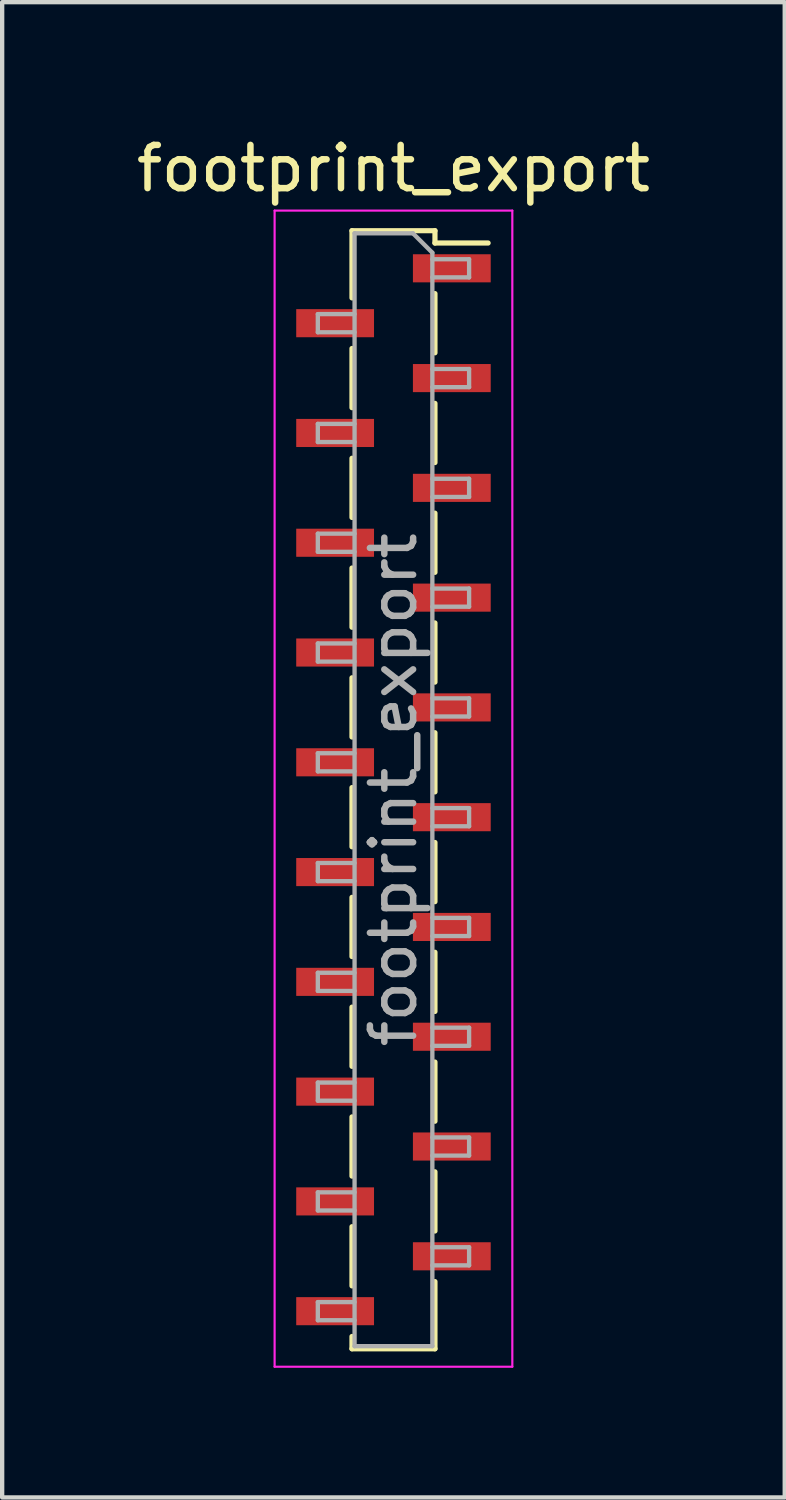
<source format=kicad_pcb>
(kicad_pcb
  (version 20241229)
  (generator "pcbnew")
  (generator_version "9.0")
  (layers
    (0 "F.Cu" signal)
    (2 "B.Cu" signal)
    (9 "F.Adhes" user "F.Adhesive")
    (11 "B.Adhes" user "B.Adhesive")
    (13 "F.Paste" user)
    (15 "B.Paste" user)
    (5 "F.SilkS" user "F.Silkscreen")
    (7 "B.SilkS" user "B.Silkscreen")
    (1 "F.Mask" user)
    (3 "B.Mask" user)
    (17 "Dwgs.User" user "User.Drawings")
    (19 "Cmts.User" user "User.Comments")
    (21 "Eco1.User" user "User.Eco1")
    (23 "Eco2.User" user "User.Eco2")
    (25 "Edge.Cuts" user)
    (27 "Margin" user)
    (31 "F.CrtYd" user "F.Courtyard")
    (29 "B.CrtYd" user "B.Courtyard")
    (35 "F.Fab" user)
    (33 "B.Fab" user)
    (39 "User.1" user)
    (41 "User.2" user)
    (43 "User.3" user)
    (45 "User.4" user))
  (footprint "footprint_export"
    (layer "F.Cu")
    (at 6.054 15.223)
    (property "Reference" "footprint_export" (at 0 -14.375 0) (layer "F.SilkS") (effects (font (size 1 1) (thickness 0.15))))
    (attr smd)
    (fp_line (start -0.96 -12.935) (end -0.96 -11.38) (stroke (width 0.12) (type solid)) (layer "F.SilkS"))
    (fp_line (start -0.96 -12.935) (end 0.96 -12.935) (stroke (width 0.12) (type solid)) (layer "F.SilkS"))
    (fp_line (start -0.96 -10.21) (end -0.96 -8.84) (stroke (width 0.12) (type solid)) (layer "F.SilkS"))
    (fp_line (start -0.96 -7.67) (end -0.96 -6.3) (stroke (width 0.12) (type solid)) (layer "F.SilkS"))
    (fp_line (start -0.96 -5.13) (end -0.96 -3.76) (stroke (width 0.12) (type solid)) (layer "F.SilkS"))
    (fp_line (start -0.96 -2.59) (end -0.96 -1.22) (stroke (width 0.12) (type solid)) (layer "F.SilkS"))
    (fp_line (start -0.96 -0.05) (end -0.96 1.32) (stroke (width 0.12) (type solid)) (layer "F.SilkS"))
    (fp_line (start -0.96 2.49) (end -0.96 3.86) (stroke (width 0.12) (type solid)) (layer "F.SilkS"))
    (fp_line (start -0.96 5.03) (end -0.96 6.4) (stroke (width 0.12) (type solid)) (layer "F.SilkS"))
    (fp_line (start -0.96 7.57) (end -0.96 8.94) (stroke (width 0.12) (type solid)) (layer "F.SilkS"))
    (fp_line (start -0.96 10.11) (end -0.96 11.48) (stroke (width 0.12) (type solid)) (layer "F.SilkS"))
    (fp_line (start -0.96 12.65) (end -0.96 12.935) (stroke (width 0.12) (type solid)) (layer "F.SilkS"))
    (fp_line (start -0.96 12.935) (end 0.96 12.935) (stroke (width 0.12) (type solid)) (layer "F.SilkS"))
    (fp_line (start 0.96 -12.935) (end 0.96 -12.65) (stroke (width 0.12) (type solid)) (layer "F.SilkS"))
    (fp_line (start 0.96 -12.65) (end 2.19 -12.65) (stroke (width 0.12) (type solid)) (layer "F.SilkS"))
    (fp_line (start 0.96 -11.48) (end 0.96 -10.11) (stroke (width 0.12) (type solid)) (layer "F.SilkS"))
    (fp_line (start 0.96 -8.94) (end 0.96 -7.57) (stroke (width 0.12) (type solid)) (layer "F.SilkS"))
    (fp_line (start 0.96 -6.4) (end 0.96 -5.03) (stroke (width 0.12) (type solid)) (layer "F.SilkS"))
    (fp_line (start 0.96 -3.86) (end 0.96 -2.49) (stroke (width 0.12) (type solid)) (layer "F.SilkS"))
    (fp_line (start 0.96 -1.32) (end 0.96 0.05) (stroke (width 0.12) (type solid)) (layer "F.SilkS"))
    (fp_line (start 0.96 1.22) (end 0.96 2.59) (stroke (width 0.12) (type solid)) (layer "F.SilkS"))
    (fp_line (start 0.96 3.76) (end 0.96 5.13) (stroke (width 0.12) (type solid)) (layer "F.SilkS"))
    (fp_line (start 0.96 6.3) (end 0.96 7.67) (stroke (width 0.12) (type solid)) (layer "F.SilkS"))
    (fp_line (start 0.96 8.84) (end 0.96 10.21) (stroke (width 0.12) (type solid)) (layer "F.SilkS"))
    (fp_line (start 0.96 11.38) (end 0.96 12.935) (stroke (width 0.12) (type solid)) (layer "F.SilkS"))
    (fp_line (start -2.75 -13.4) (end 2.75 -13.4) (stroke (width 0.05) (type solid)) (layer "F.CrtYd"))
    (fp_line (start -2.75 13.35) (end -2.75 -13.4) (stroke (width 0.05) (type solid)) (layer "F.CrtYd"))
    (fp_line (start 2.75 -13.4) (end 2.75 13.35) (stroke (width 0.05) (type solid)) (layer "F.CrtYd"))
    (fp_line (start 2.75 13.35) (end -2.75 13.35) (stroke (width 0.05) (type solid)) (layer "F.CrtYd"))
    (fp_line (start -1.75 -11.005) (end -0.9 -11.005) (stroke (width 0.1) (type solid)) (layer "F.Fab"))
    (fp_line (start -1.75 -10.585) (end -1.75 -11.005) (stroke (width 0.1) (type solid)) (layer "F.Fab"))
    (fp_line (start -1.75 -8.465) (end -0.9 -8.465) (stroke (width 0.1) (type solid)) (layer "F.Fab"))
    (fp_line (start -1.75 -8.045) (end -1.75 -8.465) (stroke (width 0.1) (type solid)) (layer "F.Fab"))
    (fp_line (start -1.75 -5.925) (end -0.9 -5.925) (stroke (width 0.1) (type solid)) (layer "F.Fab"))
    (fp_line (start -1.75 -5.505) (end -1.75 -5.925) (stroke (width 0.1) (type solid)) (layer "F.Fab"))
    (fp_line (start -1.75 -3.385) (end -0.9 -3.385) (stroke (width 0.1) (type solid)) (layer "F.Fab"))
    (fp_line (start -1.75 -2.965) (end -1.75 -3.385) (stroke (width 0.1) (type solid)) (layer "F.Fab"))
    (fp_line (start -1.75 -0.845) (end -0.9 -0.845) (stroke (width 0.1) (type solid)) (layer "F.Fab"))
    (fp_line (start -1.75 -0.425) (end -1.75 -0.845) (stroke (width 0.1) (type solid)) (layer "F.Fab"))
    (fp_line (start -1.75 1.695) (end -0.9 1.695) (stroke (width 0.1) (type solid)) (layer "F.Fab"))
    (fp_line (start -1.75 2.115) (end -1.75 1.695) (stroke (width 0.1) (type solid)) (layer "F.Fab"))
    (fp_line (start -1.75 4.235) (end -0.9 4.235) (stroke (width 0.1) (type solid)) (layer "F.Fab"))
    (fp_line (start -1.75 4.655) (end -1.75 4.235) (stroke (width 0.1) (type solid)) (layer "F.Fab"))
    (fp_line (start -1.75 6.775) (end -0.9 6.775) (stroke (width 0.1) (type solid)) (layer "F.Fab"))
    (fp_line (start -1.75 7.195) (end -1.75 6.775) (stroke (width 0.1) (type solid)) (layer "F.Fab"))
    (fp_line (start -1.75 9.315) (end -0.9 9.315) (stroke (width 0.1) (type solid)) (layer "F.Fab"))
    (fp_line (start -1.75 9.735) (end -1.75 9.315) (stroke (width 0.1) (type solid)) (layer "F.Fab"))
    (fp_line (start -1.75 11.855) (end -0.9 11.855) (stroke (width 0.1) (type solid)) (layer "F.Fab"))
    (fp_line (start -1.75 12.275) (end -1.75 11.855) (stroke (width 0.1) (type solid)) (layer "F.Fab"))
    (fp_line (start -0.9 -12.875) (end 0.45 -12.875) (stroke (width 0.1) (type solid)) (layer "F.Fab"))
    (fp_line (start -0.9 -10.585) (end -1.75 -10.585) (stroke (width 0.1) (type solid)) (layer "F.Fab"))
    (fp_line (start -0.9 -8.045) (end -1.75 -8.045) (stroke (width 0.1) (type solid)) (layer "F.Fab"))
    (fp_line (start -0.9 -5.505) (end -1.75 -5.505) (stroke (width 0.1) (type solid)) (layer "F.Fab"))
    (fp_line (start -0.9 -2.965) (end -1.75 -2.965) (stroke (width 0.1) (type solid)) (layer "F.Fab"))
    (fp_line (start -0.9 -0.425) (end -1.75 -0.425) (stroke (width 0.1) (type solid)) (layer "F.Fab"))
    (fp_line (start -0.9 2.115) (end -1.75 2.115) (stroke (width 0.1) (type solid)) (layer "F.Fab"))
    (fp_line (start -0.9 4.655) (end -1.75 4.655) (stroke (width 0.1) (type solid)) (layer "F.Fab"))
    (fp_line (start -0.9 7.195) (end -1.75 7.195) (stroke (width 0.1) (type solid)) (layer "F.Fab"))
    (fp_line (start -0.9 9.735) (end -1.75 9.735) (stroke (width 0.1) (type solid)) (layer "F.Fab"))
    (fp_line (start -0.9 12.275) (end -1.75 12.275) (stroke (width 0.1) (type solid)) (layer "F.Fab"))
    (fp_line (start -0.9 12.875) (end -0.9 -12.875) (stroke (width 0.1) (type solid)) (layer "F.Fab"))
    (fp_line (start 0.45 -12.875) (end 0.9 -12.425) (stroke (width 0.1) (type solid)) (layer "F.Fab"))
    (fp_line (start 0.9 -12.425) (end 0.9 12.875) (stroke (width 0.1) (type solid)) (layer "F.Fab"))
    (fp_line (start 0.9 -12.275) (end 1.75 -12.275) (stroke (width 0.1) (type solid)) (layer "F.Fab"))
    (fp_line (start 0.9 -9.735) (end 1.75 -9.735) (stroke (width 0.1) (type solid)) (layer "F.Fab"))
    (fp_line (start 0.9 -7.195) (end 1.75 -7.195) (stroke (width 0.1) (type solid)) (layer "F.Fab"))
    (fp_line (start 0.9 -4.655) (end 1.75 -4.655) (stroke (width 0.1) (type solid)) (layer "F.Fab"))
    (fp_line (start 0.9 -2.115) (end 1.75 -2.115) (stroke (width 0.1) (type solid)) (layer "F.Fab"))
    (fp_line (start 0.9 0.425) (end 1.75 0.425) (stroke (width 0.1) (type solid)) (layer "F.Fab"))
    (fp_line (start 0.9 2.965) (end 1.75 2.965) (stroke (width 0.1) (type solid)) (layer "F.Fab"))
    (fp_line (start 0.9 5.505) (end 1.75 5.505) (stroke (width 0.1) (type solid)) (layer "F.Fab"))
    (fp_line (start 0.9 8.045) (end 1.75 8.045) (stroke (width 0.1) (type solid)) (layer "F.Fab"))
    (fp_line (start 0.9 10.585) (end 1.75 10.585) (stroke (width 0.1) (type solid)) (layer "F.Fab"))
    (fp_line (start 0.9 12.875) (end -0.9 12.875) (stroke (width 0.1) (type solid)) (layer "F.Fab"))
    (fp_line (start 1.75 -12.275) (end 1.75 -11.855) (stroke (width 0.1) (type solid)) (layer "F.Fab"))
    (fp_line (start 1.75 -11.855) (end 0.9 -11.855) (stroke (width 0.1) (type solid)) (layer "F.Fab"))
    (fp_line (start 1.75 -9.735) (end 1.75 -9.315) (stroke (width 0.1) (type solid)) (layer "F.Fab"))
    (fp_line (start 1.75 -9.315) (end 0.9 -9.315) (stroke (width 0.1) (type solid)) (layer "F.Fab"))
    (fp_line (start 1.75 -7.195) (end 1.75 -6.775) (stroke (width 0.1) (type solid)) (layer "F.Fab"))
    (fp_line (start 1.75 -6.775) (end 0.9 -6.775) (stroke (width 0.1) (type solid)) (layer "F.Fab"))
    (fp_line (start 1.75 -4.655) (end 1.75 -4.235) (stroke (width 0.1) (type solid)) (layer "F.Fab"))
    (fp_line (start 1.75 -4.235) (end 0.9 -4.235) (stroke (width 0.1) (type solid)) (layer "F.Fab"))
    (fp_line (start 1.75 -2.115) (end 1.75 -1.695) (stroke (width 0.1) (type solid)) (layer "F.Fab"))
    (fp_line (start 1.75 -1.695) (end 0.9 -1.695) (stroke (width 0.1) (type solid)) (layer "F.Fab"))
    (fp_line (start 1.75 0.425) (end 1.75 0.845) (stroke (width 0.1) (type solid)) (layer "F.Fab"))
    (fp_line (start 1.75 0.845) (end 0.9 0.845) (stroke (width 0.1) (type solid)) (layer "F.Fab"))
    (fp_line (start 1.75 2.965) (end 1.75 3.385) (stroke (width 0.1) (type solid)) (layer "F.Fab"))
    (fp_line (start 1.75 3.385) (end 0.9 3.385) (stroke (width 0.1) (type solid)) (layer "F.Fab"))
    (fp_line (start 1.75 5.505) (end 1.75 5.925) (stroke (width 0.1) (type solid)) (layer "F.Fab"))
    (fp_line (start 1.75 5.925) (end 0.9 5.925) (stroke (width 0.1) (type solid)) (layer "F.Fab"))
    (fp_line (start 1.75 8.045) (end 1.75 8.465) (stroke (width 0.1) (type solid)) (layer "F.Fab"))
    (fp_line (start 1.75 8.465) (end 0.9 8.465) (stroke (width 0.1) (type solid)) (layer "F.Fab"))
    (fp_line (start 1.75 10.585) (end 1.75 11.005) (stroke (width 0.1) (type solid)) (layer "F.Fab"))
    (fp_line (start 1.75 11.005) (end 0.9 11.005) (stroke (width 0.1) (type solid)) (layer "F.Fab"))
    (fp_text user "${REFERENCE}" (at 0 0 90) (layer "F.Fab") (effects (font (size 1 1) (thickness 0.15))))
    (pad "1" smd rect (at 1.35 -12.065) (size 1.8 0.65) (layers "F.Cu" "F.Mask" "F.Paste"))
    (pad "2" smd rect (at -1.35 -10.795) (size 1.8 0.65) (layers "F.Cu" "F.Mask" "F.Paste"))
    (pad "3" smd rect (at 1.35 -9.525) (size 1.8 0.65) (layers "F.Cu" "F.Mask" "F.Paste"))
    (pad "4" smd rect (at -1.35 -8.255) (size 1.8 0.65) (layers "F.Cu" "F.Mask" "F.Paste"))
    (pad "5" smd rect (at 1.35 -6.985) (size 1.8 0.65) (layers "F.Cu" "F.Mask" "F.Paste"))
    (pad "6" smd rect (at -1.35 -5.715) (size 1.8 0.65) (layers "F.Cu" "F.Mask" "F.Paste"))
    (pad "7" smd rect (at 1.35 -4.445) (size 1.8 0.65) (layers "F.Cu" "F.Mask" "F.Paste"))
    (pad "8" smd rect (at -1.35 -3.175) (size 1.8 0.65) (layers "F.Cu" "F.Mask" "F.Paste"))
    (pad "9" smd rect (at 1.35 -1.905) (size 1.8 0.65) (layers "F.Cu" "F.Mask" "F.Paste"))
    (pad "10" smd rect (at -1.35 -0.635) (size 1.8 0.65) (layers "F.Cu" "F.Mask" "F.Paste"))
    (pad "11" smd rect (at 1.35 0.635) (size 1.8 0.65) (layers "F.Cu" "F.Mask" "F.Paste"))
    (pad "12" smd rect (at -1.35 1.905) (size 1.8 0.65) (layers "F.Cu" "F.Mask" "F.Paste"))
    (pad "13" smd rect (at 1.35 3.175) (size 1.8 0.65) (layers "F.Cu" "F.Mask" "F.Paste"))
    (pad "14" smd rect (at -1.35 4.445) (size 1.8 0.65) (layers "F.Cu" "F.Mask" "F.Paste"))
    (pad "15" smd rect (at 1.35 5.715) (size 1.8 0.65) (layers "F.Cu" "F.Mask" "F.Paste"))
    (pad "16" smd rect (at -1.35 6.985) (size 1.8 0.65) (layers "F.Cu" "F.Mask" "F.Paste"))
    (pad "17" smd rect (at 1.35 8.255) (size 1.8 0.65) (layers "F.Cu" "F.Mask" "F.Paste"))
    (pad "18" smd rect (at -1.35 9.525) (size 1.8 0.65) (layers "F.Cu" "F.Mask" "F.Paste"))
    (pad "19" smd rect (at 1.35 10.795) (size 1.8 0.65) (layers "F.Cu" "F.Mask" "F.Paste"))
    (pad "20" smd rect (at -1.35 12.065) (size 1.8 0.65) (layers "F.Cu" "F.Mask" "F.Paste")))
  (gr_rect
    (start -3 -3)
    (end 15.107 31.598)
    (stroke (width 0.1) (type default))
    (fill no)
    (layer "Edge.Cuts")))
</source>
